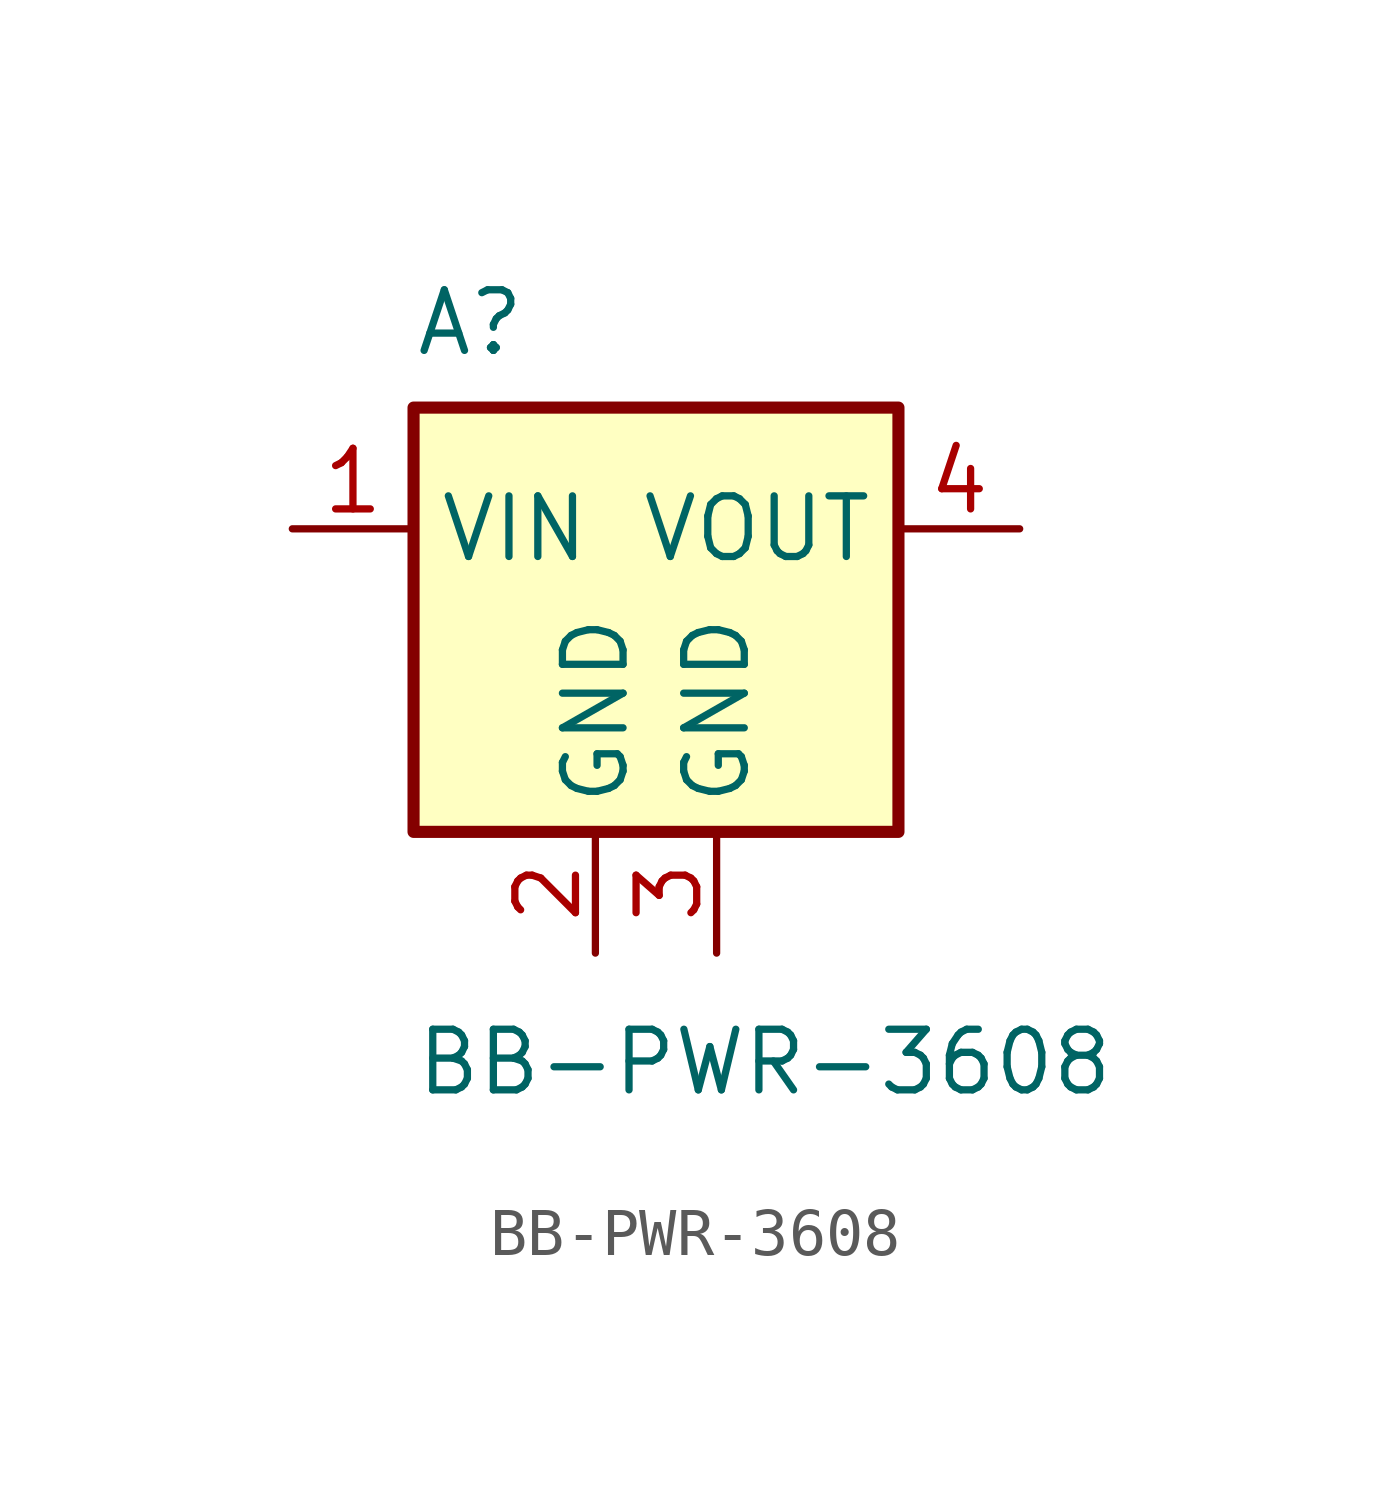
<source format=kicad_sym>
(kicad_symbol_lib
  (version 20231120)
  (generator "kicad_symbol_editor")
  (generator_version "8.0")
  (symbol "BB-PWR-3608"
    (property "Reference" "A"
      (at -10.16 4.318 0)
      (effects (font (size 1.27 1.27)) (justify left)))
    (property "Value" "BB-PWR-3608"
      (at -10.16 -11.176 0)
      (effects (font (size 1.27 1.27)) (justify left)))
    (symbol "BB-PWR-3608_1_1"
      (rectangle (start -10.16 2.54) (end 0 -6.35) (stroke (width 0.254) (type default)) (fill (type background)))
      (pin power_in line (at -12.7 0 0) (length 2.54) (name "VIN" (effects (font (size 1.27 1.27)))) (number "1" (effects (font (size 1.27 1.27)))))
      (pin power_in line (at -6.35 -8.89 90) (length 2.54) (name "GND" (effects (font (size 1.27 1.27)))) (number "2" (effects (font (size 1.27 1.27)))))
      (pin power_out line (at -3.81 -8.89 90) (length 2.54) (name "GND" (effects (font (size 1.27 1.27)))) (number "3" (effects (font (size 1.27 1.27)))))
      (pin power_out line (at 2.54 0 180) (length 2.54) (name "VOUT" (effects (font (size 1.27 1.27)))) (number "4" (effects (font (size 1.27 1.27))))))))
</source>
